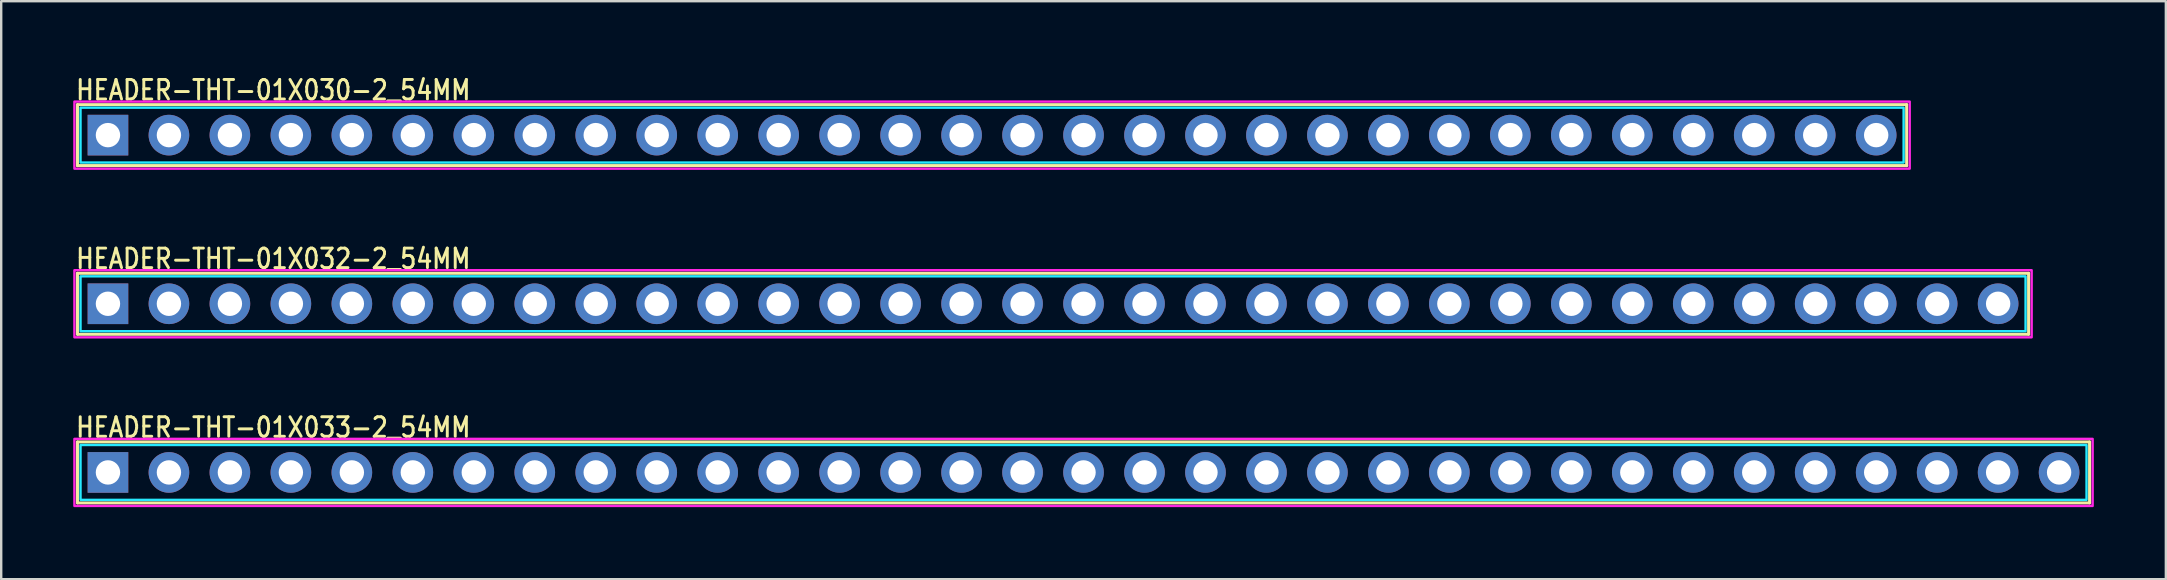
<source format=kicad_pcb>
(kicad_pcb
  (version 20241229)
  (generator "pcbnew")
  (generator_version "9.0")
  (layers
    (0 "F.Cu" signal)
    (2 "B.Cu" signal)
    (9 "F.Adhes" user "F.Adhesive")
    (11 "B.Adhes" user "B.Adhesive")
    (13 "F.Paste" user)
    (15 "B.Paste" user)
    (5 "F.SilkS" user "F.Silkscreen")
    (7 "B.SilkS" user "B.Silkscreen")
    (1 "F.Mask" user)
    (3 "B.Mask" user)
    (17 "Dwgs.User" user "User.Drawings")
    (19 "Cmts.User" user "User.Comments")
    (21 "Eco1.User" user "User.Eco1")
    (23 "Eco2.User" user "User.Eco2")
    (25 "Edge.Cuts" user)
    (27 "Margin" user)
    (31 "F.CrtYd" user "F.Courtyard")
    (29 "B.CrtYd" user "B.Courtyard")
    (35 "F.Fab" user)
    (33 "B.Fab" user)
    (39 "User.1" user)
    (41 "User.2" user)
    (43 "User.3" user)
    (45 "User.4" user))
  (footprint "HEADER-THT-01X030-2_54MM"
    (layer "F.Cu")
    (at 1.447 2.579)
    (property "Reference" "HEADER-THT-01X030-2_54MM" (at -1.4 -1.4 0) (unlocked yes) (layer "F.SilkS") (effects (font (size 0.813 0.695) (thickness 0.122)) (justify left bottom)))
    (fp_line (start -1.27 -1.27) (end -1.27 1.27) (stroke (width 0.127) (type solid)) (layer "F.SilkS"))
    (fp_line (start -1.27 1.27) (end 74.93 1.27) (stroke (width 0.127) (type solid)) (layer "F.SilkS"))
    (fp_line (start 74.93 -1.27) (end -1.27 -1.27) (stroke (width 0.127) (type solid)) (layer "F.SilkS"))
    (fp_line (start 74.93 1.27) (end 74.93 -1.27) (stroke (width 0.127) (type solid)) (layer "F.SilkS"))
    (fp_poly (pts (xy -1.143 -1.143) (xy 74.803 -1.143) (xy 74.803 1.143) (xy -1.143 1.143)) (stroke (width 0.1) (type solid)) (fill no) (layer "B.CrtYd"))
    (fp_poly (pts (xy -1.397 -1.397) (xy 75.057 -1.397) (xy 75.057 1.397) (xy -1.397 1.397)) (stroke (width 0.1) (type solid)) (fill no) (layer "F.CrtYd"))
    (pad "P$1" thru_hole rect (at 0 0) (size 1.693 1.693) (drill 1.016) (layers "*.Cu" "*.Mask"))
    (pad "P$2" thru_hole oval (at 2.54 0) (size 1.693 1.693) (drill 1.016) (layers "*.Cu" "*.Mask"))
    (pad "P$3" thru_hole oval (at 5.08 0) (size 1.693 1.693) (drill 1.016) (layers "*.Cu" "*.Mask"))
    (pad "P$4" thru_hole oval (at 7.62 0) (size 1.693 1.693) (drill 1.016) (layers "*.Cu" "*.Mask"))
    (pad "P$5" thru_hole oval (at 10.16 0) (size 1.693 1.693) (drill 1.016) (layers "*.Cu" "*.Mask"))
    (pad "P$6" thru_hole oval (at 12.7 0) (size 1.693 1.693) (drill 1.016) (layers "*.Cu" "*.Mask"))
    (pad "P$7" thru_hole oval (at 15.24 0) (size 1.693 1.693) (drill 1.016) (layers "*.Cu" "*.Mask"))
    (pad "P$8" thru_hole oval (at 17.78 0) (size 1.693 1.693) (drill 1.016) (layers "*.Cu" "*.Mask"))
    (pad "P$9" thru_hole oval (at 20.32 0) (size 1.693 1.693) (drill 1.016) (layers "*.Cu" "*.Mask"))
    (pad "P$10" thru_hole oval (at 22.86 0) (size 1.693 1.693) (drill 1.016) (layers "*.Cu" "*.Mask"))
    (pad "P$11" thru_hole oval (at 25.4 0) (size 1.693 1.693) (drill 1.016) (layers "*.Cu" "*.Mask"))
    (pad "P$12" thru_hole oval (at 27.94 0) (size 1.693 1.693) (drill 1.016) (layers "*.Cu" "*.Mask"))
    (pad "P$13" thru_hole oval (at 30.48 0) (size 1.693 1.693) (drill 1.016) (layers "*.Cu" "*.Mask"))
    (pad "P$14" thru_hole oval (at 33.02 0) (size 1.693 1.693) (drill 1.016) (layers "*.Cu" "*.Mask"))
    (pad "P$15" thru_hole oval (at 35.56 0) (size 1.693 1.693) (drill 1.016) (layers "*.Cu" "*.Mask"))
    (pad "P$16" thru_hole oval (at 38.1 0) (size 1.693 1.693) (drill 1.016) (layers "*.Cu" "*.Mask"))
    (pad "P$17" thru_hole oval (at 40.64 0) (size 1.693 1.693) (drill 1.016) (layers "*.Cu" "*.Mask"))
    (pad "P$18" thru_hole oval (at 43.18 0) (size 1.693 1.693) (drill 1.016) (layers "*.Cu" "*.Mask"))
    (pad "P$19" thru_hole oval (at 45.72 0) (size 1.693 1.693) (drill 1.016) (layers "*.Cu" "*.Mask"))
    (pad "P$20" thru_hole oval (at 48.26 0) (size 1.693 1.693) (drill 1.016) (layers "*.Cu" "*.Mask"))
    (pad "P$21" thru_hole oval (at 50.8 0) (size 1.693 1.693) (drill 1.016) (layers "*.Cu" "*.Mask"))
    (pad "P$22" thru_hole oval (at 53.34 0) (size 1.693 1.693) (drill 1.016) (layers "*.Cu" "*.Mask"))
    (pad "P$23" thru_hole oval (at 55.88 0) (size 1.693 1.693) (drill 1.016) (layers "*.Cu" "*.Mask"))
    (pad "P$24" thru_hole oval (at 58.42 0) (size 1.693 1.693) (drill 1.016) (layers "*.Cu" "*.Mask"))
    (pad "P$25" thru_hole oval (at 60.96 0) (size 1.693 1.693) (drill 1.016) (layers "*.Cu" "*.Mask"))
    (pad "P$26" thru_hole oval (at 63.5 0) (size 1.693 1.693) (drill 1.016) (layers "*.Cu" "*.Mask"))
    (pad "P$27" thru_hole oval (at 66.04 0) (size 1.693 1.693) (drill 1.016) (layers "*.Cu" "*.Mask"))
    (pad "P$28" thru_hole oval (at 68.58 0) (size 1.693 1.693) (drill 1.016) (layers "*.Cu" "*.Mask"))
    (pad "P$29" thru_hole oval (at 71.12 0) (size 1.693 1.693) (drill 1.016) (layers "*.Cu" "*.Mask"))
    (pad "P$30" thru_hole oval (at 73.66 0) (size 1.693 1.693) (drill 1.016) (layers "*.Cu" "*.Mask")))
  (footprint "HEADER-THT-01X033-2_54MM"
    (layer "F.Cu")
    (at 1.447 16.63)
    (property "Reference" "HEADER-THT-01X033-2_54MM" (at -1.4 -1.4 0) (unlocked yes) (layer "F.SilkS") (effects (font (size 0.813 0.695) (thickness 0.122)) (justify left bottom)))
    (fp_line (start -1.27 -1.27) (end -1.27 1.27) (stroke (width 0.127) (type solid)) (layer "F.SilkS"))
    (fp_line (start -1.27 1.27) (end 82.55 1.27) (stroke (width 0.127) (type solid)) (layer "F.SilkS"))
    (fp_line (start 82.55 -1.27) (end -1.27 -1.27) (stroke (width 0.127) (type solid)) (layer "F.SilkS"))
    (fp_line (start 82.55 1.27) (end 82.55 -1.27) (stroke (width 0.127) (type solid)) (layer "F.SilkS"))
    (fp_poly (pts (xy -1.143 -1.143) (xy 82.423 -1.143) (xy 82.423 1.143) (xy -1.143 1.143)) (stroke (width 0.1) (type solid)) (fill no) (layer "B.CrtYd"))
    (fp_poly (pts (xy -1.397 -1.397) (xy 82.677 -1.397) (xy 82.677 1.397) (xy -1.397 1.397)) (stroke (width 0.1) (type solid)) (fill no) (layer "F.CrtYd"))
    (pad "P$1" thru_hole rect (at 0 0) (size 1.693 1.693) (drill 1.016) (layers "*.Cu" "*.Mask"))
    (pad "P$2" thru_hole oval (at 2.54 0) (size 1.693 1.693) (drill 1.016) (layers "*.Cu" "*.Mask"))
    (pad "P$3" thru_hole oval (at 5.08 0) (size 1.693 1.693) (drill 1.016) (layers "*.Cu" "*.Mask"))
    (pad "P$4" thru_hole oval (at 7.62 0) (size 1.693 1.693) (drill 1.016) (layers "*.Cu" "*.Mask"))
    (pad "P$5" thru_hole oval (at 10.16 0) (size 1.693 1.693) (drill 1.016) (layers "*.Cu" "*.Mask"))
    (pad "P$6" thru_hole oval (at 12.7 0) (size 1.693 1.693) (drill 1.016) (layers "*.Cu" "*.Mask"))
    (pad "P$7" thru_hole oval (at 15.24 0) (size 1.693 1.693) (drill 1.016) (layers "*.Cu" "*.Mask"))
    (pad "P$8" thru_hole oval (at 17.78 0) (size 1.693 1.693) (drill 1.016) (layers "*.Cu" "*.Mask"))
    (pad "P$9" thru_hole oval (at 20.32 0) (size 1.693 1.693) (drill 1.016) (layers "*.Cu" "*.Mask"))
    (pad "P$10" thru_hole oval (at 22.86 0) (size 1.693 1.693) (drill 1.016) (layers "*.Cu" "*.Mask"))
    (pad "P$11" thru_hole oval (at 25.4 0) (size 1.693 1.693) (drill 1.016) (layers "*.Cu" "*.Mask"))
    (pad "P$12" thru_hole oval (at 27.94 0) (size 1.693 1.693) (drill 1.016) (layers "*.Cu" "*.Mask"))
    (pad "P$13" thru_hole oval (at 30.48 0) (size 1.693 1.693) (drill 1.016) (layers "*.Cu" "*.Mask"))
    (pad "P$14" thru_hole oval (at 33.02 0) (size 1.693 1.693) (drill 1.016) (layers "*.Cu" "*.Mask"))
    (pad "P$15" thru_hole oval (at 35.56 0) (size 1.693 1.693) (drill 1.016) (layers "*.Cu" "*.Mask"))
    (pad "P$16" thru_hole oval (at 38.1 0) (size 1.693 1.693) (drill 1.016) (layers "*.Cu" "*.Mask"))
    (pad "P$17" thru_hole oval (at 40.64 0) (size 1.693 1.693) (drill 1.016) (layers "*.Cu" "*.Mask"))
    (pad "P$18" thru_hole oval (at 43.18 0) (size 1.693 1.693) (drill 1.016) (layers "*.Cu" "*.Mask"))
    (pad "P$19" thru_hole oval (at 45.72 0) (size 1.693 1.693) (drill 1.016) (layers "*.Cu" "*.Mask"))
    (pad "P$20" thru_hole oval (at 48.26 0) (size 1.693 1.693) (drill 1.016) (layers "*.Cu" "*.Mask"))
    (pad "P$21" thru_hole oval (at 50.8 0) (size 1.693 1.693) (drill 1.016) (layers "*.Cu" "*.Mask"))
    (pad "P$22" thru_hole oval (at 53.34 0) (size 1.693 1.693) (drill 1.016) (layers "*.Cu" "*.Mask"))
    (pad "P$23" thru_hole oval (at 55.88 0) (size 1.693 1.693) (drill 1.016) (layers "*.Cu" "*.Mask"))
    (pad "P$24" thru_hole oval (at 58.42 0) (size 1.693 1.693) (drill 1.016) (layers "*.Cu" "*.Mask"))
    (pad "P$25" thru_hole oval (at 60.96 0) (size 1.693 1.693) (drill 1.016) (layers "*.Cu" "*.Mask"))
    (pad "P$26" thru_hole oval (at 63.5 0) (size 1.693 1.693) (drill 1.016) (layers "*.Cu" "*.Mask"))
    (pad "P$27" thru_hole oval (at 66.04 0) (size 1.693 1.693) (drill 1.016) (layers "*.Cu" "*.Mask"))
    (pad "P$28" thru_hole oval (at 68.58 0) (size 1.693 1.693) (drill 1.016) (layers "*.Cu" "*.Mask"))
    (pad "P$29" thru_hole oval (at 71.12 0) (size 1.693 1.693) (drill 1.016) (layers "*.Cu" "*.Mask"))
    (pad "P$30" thru_hole oval (at 73.66 0) (size 1.693 1.693) (drill 1.016) (layers "*.Cu" "*.Mask"))
    (pad "P$31" thru_hole oval (at 76.2 0) (size 1.693 1.693) (drill 1.016) (layers "*.Cu" "*.Mask"))
    (pad "P$32" thru_hole oval (at 78.74 0) (size 1.693 1.693) (drill 1.016) (layers "*.Cu" "*.Mask"))
    (pad "P$33" thru_hole oval (at 81.28 0) (size 1.693 1.693) (drill 1.016) (layers "*.Cu" "*.Mask")))
  (footprint "HEADER-THT-01X032-2_54MM"
    (layer "F.Cu")
    (at 1.447 9.604)
    (property "Reference" "HEADER-THT-01X032-2_54MM" (at -1.4 -1.4 0) (unlocked yes) (layer "F.SilkS") (effects (font (size 0.813 0.695) (thickness 0.122)) (justify left bottom)))
    (fp_line (start -1.27 -1.27) (end -1.27 1.27) (stroke (width 0.127) (type solid)) (layer "F.SilkS"))
    (fp_line (start -1.27 1.27) (end 80.01 1.27) (stroke (width 0.127) (type solid)) (layer "F.SilkS"))
    (fp_line (start 80.01 -1.27) (end -1.27 -1.27) (stroke (width 0.127) (type solid)) (layer "F.SilkS"))
    (fp_line (start 80.01 1.27) (end 80.01 -1.27) (stroke (width 0.127) (type solid)) (layer "F.SilkS"))
    (fp_poly (pts (xy -1.143 -1.143) (xy 79.883 -1.143) (xy 79.883 1.143) (xy -1.143 1.143)) (stroke (width 0.1) (type solid)) (fill no) (layer "B.CrtYd"))
    (fp_poly (pts (xy -1.397 -1.397) (xy 80.137 -1.397) (xy 80.137 1.397) (xy -1.397 1.397)) (stroke (width 0.1) (type solid)) (fill no) (layer "F.CrtYd"))
    (pad "P$1" thru_hole rect (at 0 0) (size 1.693 1.693) (drill 1.016) (layers "*.Cu" "*.Mask"))
    (pad "P$2" thru_hole oval (at 2.54 0) (size 1.693 1.693) (drill 1.016) (layers "*.Cu" "*.Mask"))
    (pad "P$3" thru_hole oval (at 5.08 0) (size 1.693 1.693) (drill 1.016) (layers "*.Cu" "*.Mask"))
    (pad "P$4" thru_hole oval (at 7.62 0) (size 1.693 1.693) (drill 1.016) (layers "*.Cu" "*.Mask"))
    (pad "P$5" thru_hole oval (at 10.16 0) (size 1.693 1.693) (drill 1.016) (layers "*.Cu" "*.Mask"))
    (pad "P$6" thru_hole oval (at 12.7 0) (size 1.693 1.693) (drill 1.016) (layers "*.Cu" "*.Mask"))
    (pad "P$7" thru_hole oval (at 15.24 0) (size 1.693 1.693) (drill 1.016) (layers "*.Cu" "*.Mask"))
    (pad "P$8" thru_hole oval (at 17.78 0) (size 1.693 1.693) (drill 1.016) (layers "*.Cu" "*.Mask"))
    (pad "P$9" thru_hole oval (at 20.32 0) (size 1.693 1.693) (drill 1.016) (layers "*.Cu" "*.Mask"))
    (pad "P$10" thru_hole oval (at 22.86 0) (size 1.693 1.693) (drill 1.016) (layers "*.Cu" "*.Mask"))
    (pad "P$11" thru_hole oval (at 25.4 0) (size 1.693 1.693) (drill 1.016) (layers "*.Cu" "*.Mask"))
    (pad "P$12" thru_hole oval (at 27.94 0) (size 1.693 1.693) (drill 1.016) (layers "*.Cu" "*.Mask"))
    (pad "P$13" thru_hole oval (at 30.48 0) (size 1.693 1.693) (drill 1.016) (layers "*.Cu" "*.Mask"))
    (pad "P$14" thru_hole oval (at 33.02 0) (size 1.693 1.693) (drill 1.016) (layers "*.Cu" "*.Mask"))
    (pad "P$15" thru_hole oval (at 35.56 0) (size 1.693 1.693) (drill 1.016) (layers "*.Cu" "*.Mask"))
    (pad "P$16" thru_hole oval (at 38.1 0) (size 1.693 1.693) (drill 1.016) (layers "*.Cu" "*.Mask"))
    (pad "P$17" thru_hole oval (at 40.64 0) (size 1.693 1.693) (drill 1.016) (layers "*.Cu" "*.Mask"))
    (pad "P$18" thru_hole oval (at 43.18 0) (size 1.693 1.693) (drill 1.016) (layers "*.Cu" "*.Mask"))
    (pad "P$19" thru_hole oval (at 45.72 0) (size 1.693 1.693) (drill 1.016) (layers "*.Cu" "*.Mask"))
    (pad "P$20" thru_hole oval (at 48.26 0) (size 1.693 1.693) (drill 1.016) (layers "*.Cu" "*.Mask"))
    (pad "P$21" thru_hole oval (at 50.8 0) (size 1.693 1.693) (drill 1.016) (layers "*.Cu" "*.Mask"))
    (pad "P$22" thru_hole oval (at 53.34 0) (size 1.693 1.693) (drill 1.016) (layers "*.Cu" "*.Mask"))
    (pad "P$23" thru_hole oval (at 55.88 0) (size 1.693 1.693) (drill 1.016) (layers "*.Cu" "*.Mask"))
    (pad "P$24" thru_hole oval (at 58.42 0) (size 1.693 1.693) (drill 1.016) (layers "*.Cu" "*.Mask"))
    (pad "P$25" thru_hole oval (at 60.96 0) (size 1.693 1.693) (drill 1.016) (layers "*.Cu" "*.Mask"))
    (pad "P$26" thru_hole oval (at 63.5 0) (size 1.693 1.693) (drill 1.016) (layers "*.Cu" "*.Mask"))
    (pad "P$27" thru_hole oval (at 66.04 0) (size 1.693 1.693) (drill 1.016) (layers "*.Cu" "*.Mask"))
    (pad "P$28" thru_hole oval (at 68.58 0) (size 1.693 1.693) (drill 1.016) (layers "*.Cu" "*.Mask"))
    (pad "P$29" thru_hole oval (at 71.12 0) (size 1.693 1.693) (drill 1.016) (layers "*.Cu" "*.Mask"))
    (pad "P$30" thru_hole oval (at 73.66 0) (size 1.693 1.693) (drill 1.016) (layers "*.Cu" "*.Mask"))
    (pad "P$31" thru_hole oval (at 76.2 0) (size 1.693 1.693) (drill 1.016) (layers "*.Cu" "*.Mask"))
    (pad "P$32" thru_hole oval (at 78.74 0) (size 1.693 1.693) (drill 1.016) (layers "*.Cu" "*.Mask")))
  (gr_rect
    (start -3 -3)
    (end 87.174 21.077)
    (stroke (width 0.1) (type default))
    (fill no)
    (layer "Edge.Cuts")))
</source>
